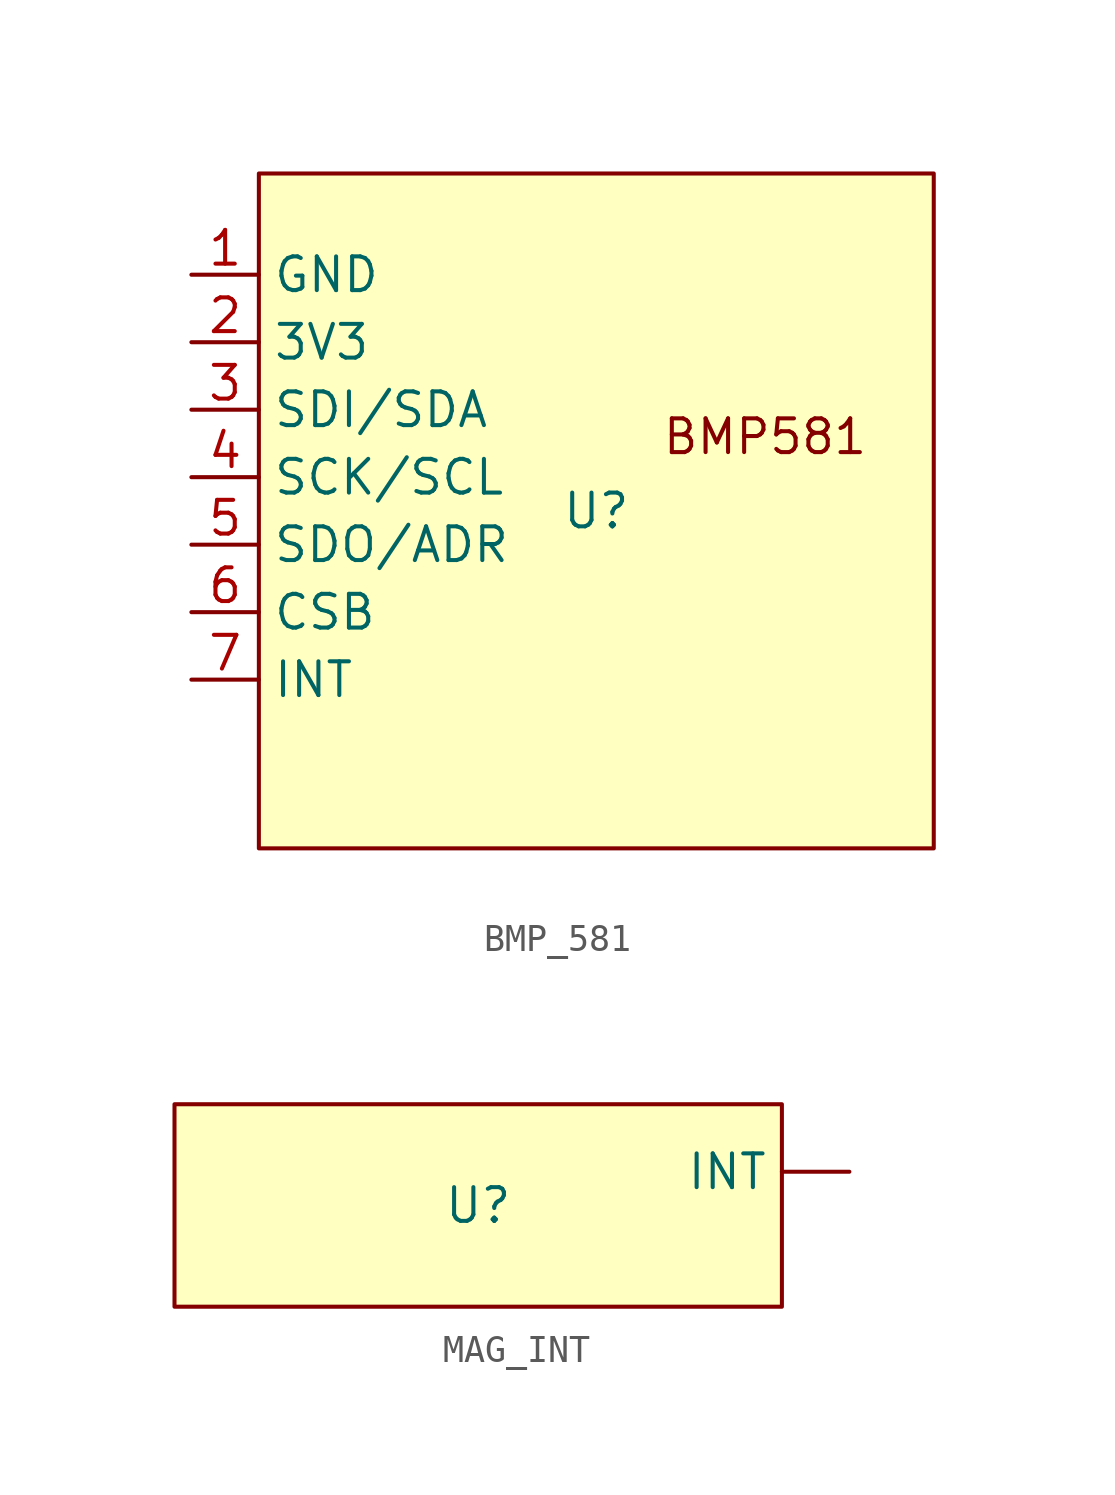
<source format=kicad_sym>
(kicad_symbol_lib
  (version 20241209)
  (generator "kicad_symbol_editor")
  (generator_version "9.0")
  (symbol "BMP_581"
    (property "Reference" "U"
      (at 0 0 0)
      (effects (font (size 1.27 1.27))))
    (property "Value" ""
      (at 0 0 0)
      (effects (font (size 1.27 1.27))))
    (symbol "BMP_581_1_1"
      (rectangle (start -12.7 12.7) (end 12.7 -12.7) (stroke (width 0) (type solid)) (fill (type background)))
      (text "BMP581\n" (at 6.35 2.794 0) (effects (font (size 1.27 1.27))))
      (pin bidirectional line (at -15.24 8.89 0) (length 2.54) (name "GND" (effects (font (size 1.27 1.27)))) (number "1" (effects (font (size 1.27 1.27)))))
      (pin bidirectional line (at -15.24 6.35 0) (length 2.54) (name "3V3" (effects (font (size 1.27 1.27)))) (number "2" (effects (font (size 1.27 1.27)))))
      (pin bidirectional line (at -15.24 3.81 0) (length 2.54) (name "SDI/SDA" (effects (font (size 1.27 1.27)))) (number "3" (effects (font (size 1.27 1.27)))))
      (pin bidirectional line (at -15.24 1.27 0) (length 2.54) (name "SCK/SCL" (effects (font (size 1.27 1.27)))) (number "4" (effects (font (size 1.27 1.27)))))
      (pin bidirectional line (at -15.24 -1.27 0) (length 2.54) (name "SDO/ADR" (effects (font (size 1.27 1.27)))) (number "5" (effects (font (size 1.27 1.27)))))
      (pin bidirectional line (at -15.24 -3.81 0) (length 2.54) (name "CSB" (effects (font (size 1.27 1.27)))) (number "6" (effects (font (size 1.27 1.27)))))
      (pin bidirectional line (at -15.24 -6.35 0) (length 2.54) (name "INT" (effects (font (size 1.27 1.27)))) (number "7" (effects (font (size 1.27 1.27)))))))
  (symbol "MAG_INT"
    (property "Reference" "U"
      (at 0 0 0)
      (effects (font (size 1.27 1.27))))
    (property "Value" ""
      (at 0 0 0)
      (effects (font (size 1.27 1.27))))
    (symbol "MAG_INT_1_1"
      (rectangle (start -11.43 3.81) (end 11.43 -3.81) (stroke (width 0) (type solid)) (fill (type background)))
      (pin bidirectional line (at 13.97 1.27 180) (length 2.54) (name "INT" (effects (font (size 1.27 1.27)))) (number "" (effects (font (size 1.27 1.27))))))))
</source>
